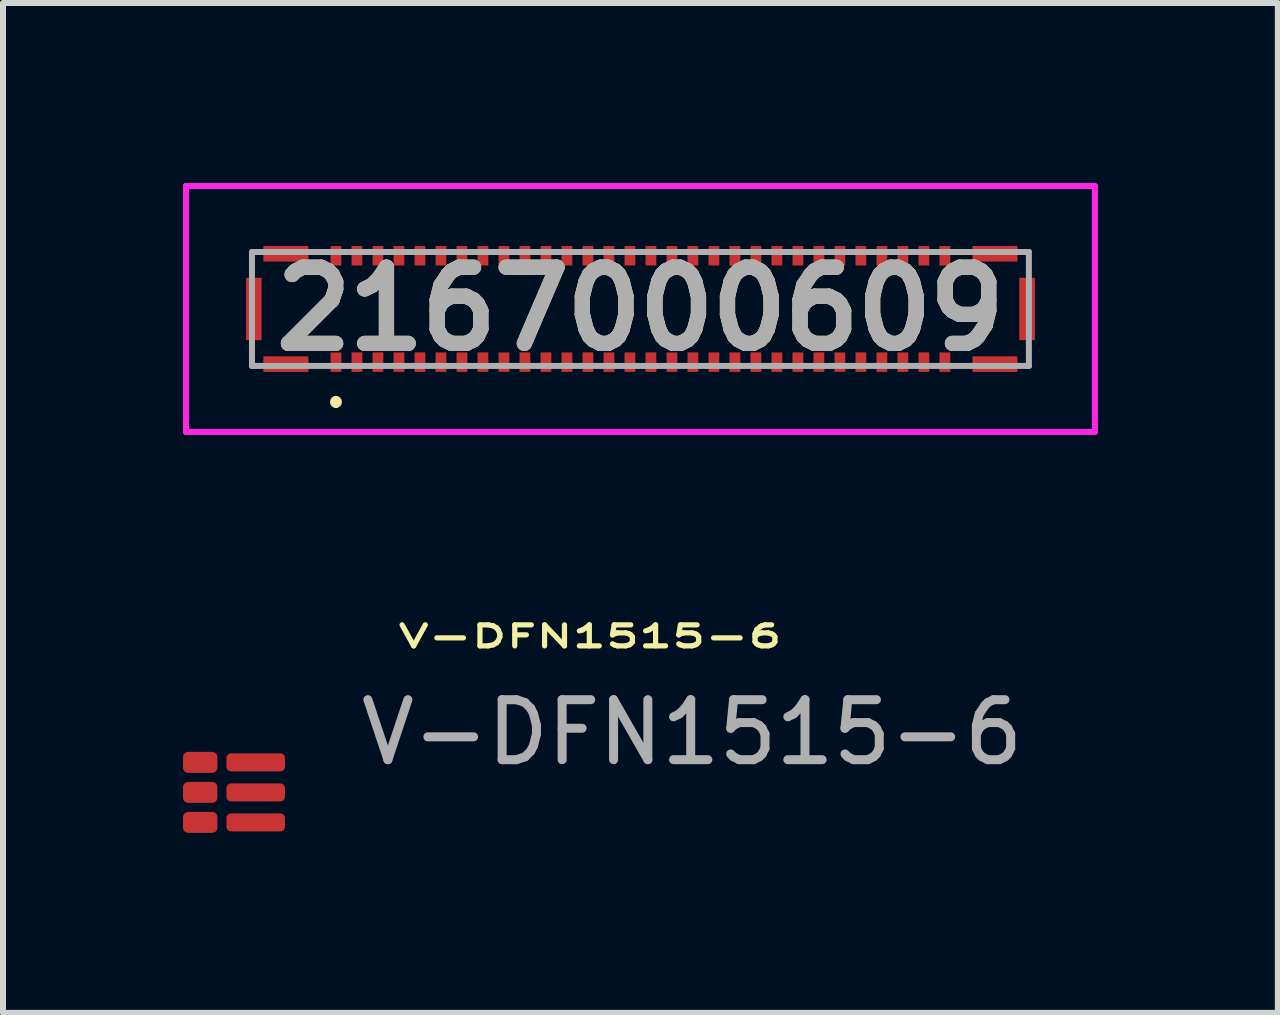
<source format=kicad_pcb>
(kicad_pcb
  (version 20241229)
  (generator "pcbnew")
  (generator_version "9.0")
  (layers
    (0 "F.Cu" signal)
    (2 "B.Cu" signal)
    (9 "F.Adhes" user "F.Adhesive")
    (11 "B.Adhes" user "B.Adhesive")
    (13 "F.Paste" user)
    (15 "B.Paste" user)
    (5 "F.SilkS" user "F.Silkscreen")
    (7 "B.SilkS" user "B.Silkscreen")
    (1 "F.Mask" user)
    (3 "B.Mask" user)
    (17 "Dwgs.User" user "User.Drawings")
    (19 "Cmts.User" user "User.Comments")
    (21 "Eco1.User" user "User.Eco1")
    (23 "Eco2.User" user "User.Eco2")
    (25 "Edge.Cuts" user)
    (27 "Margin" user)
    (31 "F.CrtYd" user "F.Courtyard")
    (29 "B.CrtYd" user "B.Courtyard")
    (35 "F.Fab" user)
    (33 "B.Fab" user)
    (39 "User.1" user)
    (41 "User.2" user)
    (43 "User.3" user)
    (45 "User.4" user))
  (footprint "2167000609"
    (layer "F.Cu")
    (at 7.625 2.1)
    (property "Reference" "2167000609" (at 0 0 0) (layer "F.SilkS") (effects (font (size 1.27 1.27) (thickness 0.254))))
    (attr smd)
    (fp_line (start -5.075 1.5) (end -5.075 1.5) (stroke (width 0.1) (type solid)) (layer "F.SilkS"))
    (fp_line (start -5.075 1.6) (end -5.075 1.6) (stroke (width 0.1) (type solid)) (layer "F.SilkS"))
    (fp_arc (start -5.075 1.5) (mid -5.025 1.55) (end -5.075 1.6) (stroke (width 0.1) (type solid)) (layer "F.SilkS"))
    (fp_arc (start -5.075 1.6) (mid -5.125 1.55) (end -5.075 1.5) (stroke (width 0.1) (type solid)) (layer "F.SilkS"))
    (fp_line (start -7.575 -2.05) (end 7.575 -2.05) (stroke (width 0.1) (type solid)) (layer "F.CrtYd"))
    (fp_line (start -7.575 2.05) (end -7.575 -2.05) (stroke (width 0.1) (type solid)) (layer "F.CrtYd"))
    (fp_line (start 7.575 -2.05) (end 7.575 2.05) (stroke (width 0.1) (type solid)) (layer "F.CrtYd"))
    (fp_line (start 7.575 2.05) (end -7.575 2.05) (stroke (width 0.1) (type solid)) (layer "F.CrtYd"))
    (fp_line (start -6.475 -0.95) (end -6.475 0.95) (stroke (width 0.1) (type solid)) (layer "F.Fab"))
    (fp_line (start -6.475 0.95) (end 6.475 0.95) (stroke (width 0.1) (type solid)) (layer "F.Fab"))
    (fp_line (start 6.475 -0.95) (end -6.475 -0.95) (stroke (width 0.1) (type solid)) (layer "F.Fab"))
    (fp_line (start 6.475 0.95) (end 6.475 -0.95) (stroke (width 0.1) (type solid)) (layer "F.Fab"))
    (fp_text user "${REFERENCE}" (at 0 0 0) (layer "F.Fab") (effects (font (size 1.27 1.27) (thickness 0.254))))
    (pad "1" smd rect (at -5.075 0.887) (size 0.18 0.325) (layers "F.Cu" "F.Mask" "F.Paste"))
    (pad "2" smd rect (at -5.075 -0.887) (size 0.18 0.325) (layers "F.Cu" "F.Mask" "F.Paste"))
    (pad "3" smd rect (at -4.725 0.887) (size 0.18 0.325) (layers "F.Cu" "F.Mask" "F.Paste"))
    (pad "4" smd rect (at -4.725 -0.887) (size 0.18 0.325) (layers "F.Cu" "F.Mask" "F.Paste"))
    (pad "5" smd rect (at -4.375 0.887) (size 0.18 0.325) (layers "F.Cu" "F.Mask" "F.Paste"))
    (pad "6" smd rect (at -4.375 -0.887) (size 0.18 0.325) (layers "F.Cu" "F.Mask" "F.Paste"))
    (pad "7" smd rect (at -4.025 0.887) (size 0.18 0.325) (layers "F.Cu" "F.Mask" "F.Paste"))
    (pad "8" smd rect (at -4.025 -0.887) (size 0.18 0.325) (layers "F.Cu" "F.Mask" "F.Paste"))
    (pad "9" smd rect (at -3.675 0.887) (size 0.18 0.325) (layers "F.Cu" "F.Mask" "F.Paste"))
    (pad "10" smd rect (at -3.675 -0.887) (size 0.18 0.325) (layers "F.Cu" "F.Mask" "F.Paste"))
    (pad "11" smd rect (at -3.325 0.887) (size 0.18 0.325) (layers "F.Cu" "F.Mask" "F.Paste"))
    (pad "12" smd rect (at -3.325 -0.887) (size 0.18 0.325) (layers "F.Cu" "F.Mask" "F.Paste"))
    (pad "13" smd rect (at -2.975 0.887) (size 0.18 0.325) (layers "F.Cu" "F.Mask" "F.Paste"))
    (pad "14" smd rect (at -2.975 -0.887) (size 0.18 0.325) (layers "F.Cu" "F.Mask" "F.Paste"))
    (pad "15" smd rect (at -2.625 0.887) (size 0.18 0.325) (layers "F.Cu" "F.Mask" "F.Paste"))
    (pad "16" smd rect (at -2.625 -0.887) (size 0.18 0.325) (layers "F.Cu" "F.Mask" "F.Paste"))
    (pad "17" smd rect (at -2.275 0.887) (size 0.18 0.325) (layers "F.Cu" "F.Mask" "F.Paste"))
    (pad "18" smd rect (at -2.275 -0.887) (size 0.18 0.325) (layers "F.Cu" "F.Mask" "F.Paste"))
    (pad "19" smd rect (at -1.925 0.887) (size 0.18 0.325) (layers "F.Cu" "F.Mask" "F.Paste"))
    (pad "20" smd rect (at -1.925 -0.887) (size 0.18 0.325) (layers "F.Cu" "F.Mask" "F.Paste"))
    (pad "21" smd rect (at -1.575 0.887) (size 0.18 0.325) (layers "F.Cu" "F.Mask" "F.Paste"))
    (pad "22" smd rect (at -1.575 -0.887) (size 0.18 0.325) (layers "F.Cu" "F.Mask" "F.Paste"))
    (pad "23" smd rect (at -1.225 0.887) (size 0.18 0.325) (layers "F.Cu" "F.Mask" "F.Paste"))
    (pad "24" smd rect (at -1.225 -0.887) (size 0.18 0.325) (layers "F.Cu" "F.Mask" "F.Paste"))
    (pad "25" smd rect (at -0.875 0.887) (size 0.18 0.325) (layers "F.Cu" "F.Mask" "F.Paste"))
    (pad "26" smd rect (at -0.875 -0.887) (size 0.18 0.325) (layers "F.Cu" "F.Mask" "F.Paste"))
    (pad "27" smd rect (at -0.525 0.887) (size 0.18 0.325) (layers "F.Cu" "F.Mask" "F.Paste"))
    (pad "28" smd rect (at -0.525 -0.887) (size 0.18 0.325) (layers "F.Cu" "F.Mask" "F.Paste"))
    (pad "29" smd rect (at -0.175 0.887) (size 0.18 0.325) (layers "F.Cu" "F.Mask" "F.Paste"))
    (pad "30" smd rect (at -0.175 -0.887) (size 0.18 0.325) (layers "F.Cu" "F.Mask" "F.Paste"))
    (pad "31" smd rect (at 0.175 0.887) (size 0.18 0.325) (layers "F.Cu" "F.Mask" "F.Paste"))
    (pad "32" smd rect (at 0.175 -0.887) (size 0.18 0.325) (layers "F.Cu" "F.Mask" "F.Paste"))
    (pad "33" smd rect (at 0.525 0.887) (size 0.18 0.325) (layers "F.Cu" "F.Mask" "F.Paste"))
    (pad "34" smd rect (at 0.525 -0.887) (size 0.18 0.325) (layers "F.Cu" "F.Mask" "F.Paste"))
    (pad "35" smd rect (at 0.875 0.887) (size 0.18 0.325) (layers "F.Cu" "F.Mask" "F.Paste"))
    (pad "36" smd rect (at 0.875 -0.887) (size 0.18 0.325) (layers "F.Cu" "F.Mask" "F.Paste"))
    (pad "37" smd rect (at 1.225 0.887) (size 0.18 0.325) (layers "F.Cu" "F.Mask" "F.Paste"))
    (pad "38" smd rect (at 1.225 -0.887) (size 0.18 0.325) (layers "F.Cu" "F.Mask" "F.Paste"))
    (pad "39" smd rect (at 1.575 0.887) (size 0.18 0.325) (layers "F.Cu" "F.Mask" "F.Paste"))
    (pad "40" smd rect (at 1.575 -0.887) (size 0.18 0.325) (layers "F.Cu" "F.Mask" "F.Paste"))
    (pad "41" smd rect (at 1.925 0.887) (size 0.18 0.325) (layers "F.Cu" "F.Mask" "F.Paste"))
    (pad "42" smd rect (at 1.925 -0.887) (size 0.18 0.325) (layers "F.Cu" "F.Mask" "F.Paste"))
    (pad "43" smd rect (at 2.275 0.887) (size 0.18 0.325) (layers "F.Cu" "F.Mask" "F.Paste"))
    (pad "44" smd rect (at 2.275 -0.887) (size 0.18 0.325) (layers "F.Cu" "F.Mask" "F.Paste"))
    (pad "45" smd rect (at 2.625 0.887) (size 0.18 0.325) (layers "F.Cu" "F.Mask" "F.Paste"))
    (pad "46" smd rect (at 2.625 -0.887) (size 0.18 0.325) (layers "F.Cu" "F.Mask" "F.Paste"))
    (pad "47" smd rect (at 2.975 0.887) (size 0.18 0.325) (layers "F.Cu" "F.Mask" "F.Paste"))
    (pad "48" smd rect (at 2.975 -0.887) (size 0.18 0.325) (layers "F.Cu" "F.Mask" "F.Paste"))
    (pad "49" smd rect (at 3.325 0.887) (size 0.18 0.325) (layers "F.Cu" "F.Mask" "F.Paste"))
    (pad "50" smd rect (at 3.325 -0.887) (size 0.18 0.325) (layers "F.Cu" "F.Mask" "F.Paste"))
    (pad "51" smd rect (at 3.675 0.887) (size 0.18 0.325) (layers "F.Cu" "F.Mask" "F.Paste"))
    (pad "52" smd rect (at 3.675 -0.887) (size 0.18 0.325) (layers "F.Cu" "F.Mask" "F.Paste"))
    (pad "53" smd rect (at 4.025 0.887) (size 0.18 0.325) (layers "F.Cu" "F.Mask" "F.Paste"))
    (pad "54" smd rect (at 4.025 -0.887) (size 0.18 0.325) (layers "F.Cu" "F.Mask" "F.Paste"))
    (pad "55" smd rect (at 4.375 0.887) (size 0.18 0.325) (layers "F.Cu" "F.Mask" "F.Paste"))
    (pad "56" smd rect (at 4.375 -0.887) (size 0.18 0.325) (layers "F.Cu" "F.Mask" "F.Paste"))
    (pad "57" smd rect (at 4.725 0.887) (size 0.18 0.325) (layers "F.Cu" "F.Mask" "F.Paste"))
    (pad "58" smd rect (at 4.725 -0.887) (size 0.18 0.325) (layers "F.Cu" "F.Mask" "F.Paste"))
    (pad "59" smd rect (at 5.075 0.887) (size 0.18 0.325) (layers "F.Cu" "F.Mask" "F.Paste"))
    (pad "60" smd rect (at 5.075 -0.887) (size 0.18 0.325) (layers "F.Cu" "F.Mask" "F.Paste"))
    (pad "MP1" smd rect (at -5.91 0.92 90) (size 0.26 0.75) (layers "F.Cu" "F.Mask" "F.Paste"))
    (pad "MP2" smd rect (at 5.91 0.92 90) (size 0.26 0.75) (layers "F.Cu" "F.Mask" "F.Paste"))
    (pad "MP3" smd rect (at 5.91 -0.92 90) (size 0.26 0.75) (layers "F.Cu" "F.Mask" "F.Paste"))
    (pad "MP4" smd rect (at -5.91 -0.92 90) (size 0.26 0.75) (layers "F.Cu" "F.Mask" "F.Paste"))
    (pad "MP5" smd rect (at -6.445 0) (size 0.26 1.04) (layers "F.Cu" "F.Mask" "F.Paste"))
    (pad "MP6" smd rect (at 6.445 0) (size 0.26 1.04) (layers "F.Cu" "F.Mask" "F.Paste")))
  (footprint "V-DFN1515-6"
    (layer "F.Cu")
    (at 0.887 10.158)
    (property "Reference" "V-DFN1515-6" (at 5.9 -2.6 0) (unlocked yes) (layer "F.SilkS") (effects (font (size 0.35 0.58) (thickness 0.087))))
    (attr smd)
    (fp_text user "${REFERENCE}" (at 7.6 -1 0) (unlocked yes) (layer "F.Fab") (effects (font (size 1 1) (thickness 0.15))))
    (pad "1" smd roundrect (at -0.6 -0.5) (size 0.575 0.35) (layers "F.Cu" "F.Mask" "F.Paste") (roundrect_rratio 0.25))
    (pad "2" smd roundrect (at -0.6 0) (size 0.575 0.35) (layers "F.Cu" "F.Mask" "F.Paste") (roundrect_rratio 0.25))
    (pad "3" smd roundrect (at -0.6 0.5) (size 0.575 0.35) (layers "F.Cu" "F.Mask" "F.Paste") (roundrect_rratio 0.25))
    (pad "4" smd roundrect (at 0.325 0.5) (size 0.975 0.3) (layers "F.Cu" "F.Mask" "F.Paste") (roundrect_rratio 0.25))
    (pad "5" smd roundrect (at 0.325 0) (size 0.975 0.3) (layers "F.Cu" "F.Mask" "F.Paste") (roundrect_rratio 0.25))
    (pad "6" smd roundrect (at 0.325 -0.5) (size 0.975 0.3) (layers "F.Cu" "F.Mask" "F.Paste") (roundrect_rratio 0.25)))
  (gr_rect
    (start -3 -3)
    (end 18.25 13.833)
    (stroke (width 0.1) (type default))
    (fill no)
    (layer "Edge.Cuts")))
</source>
